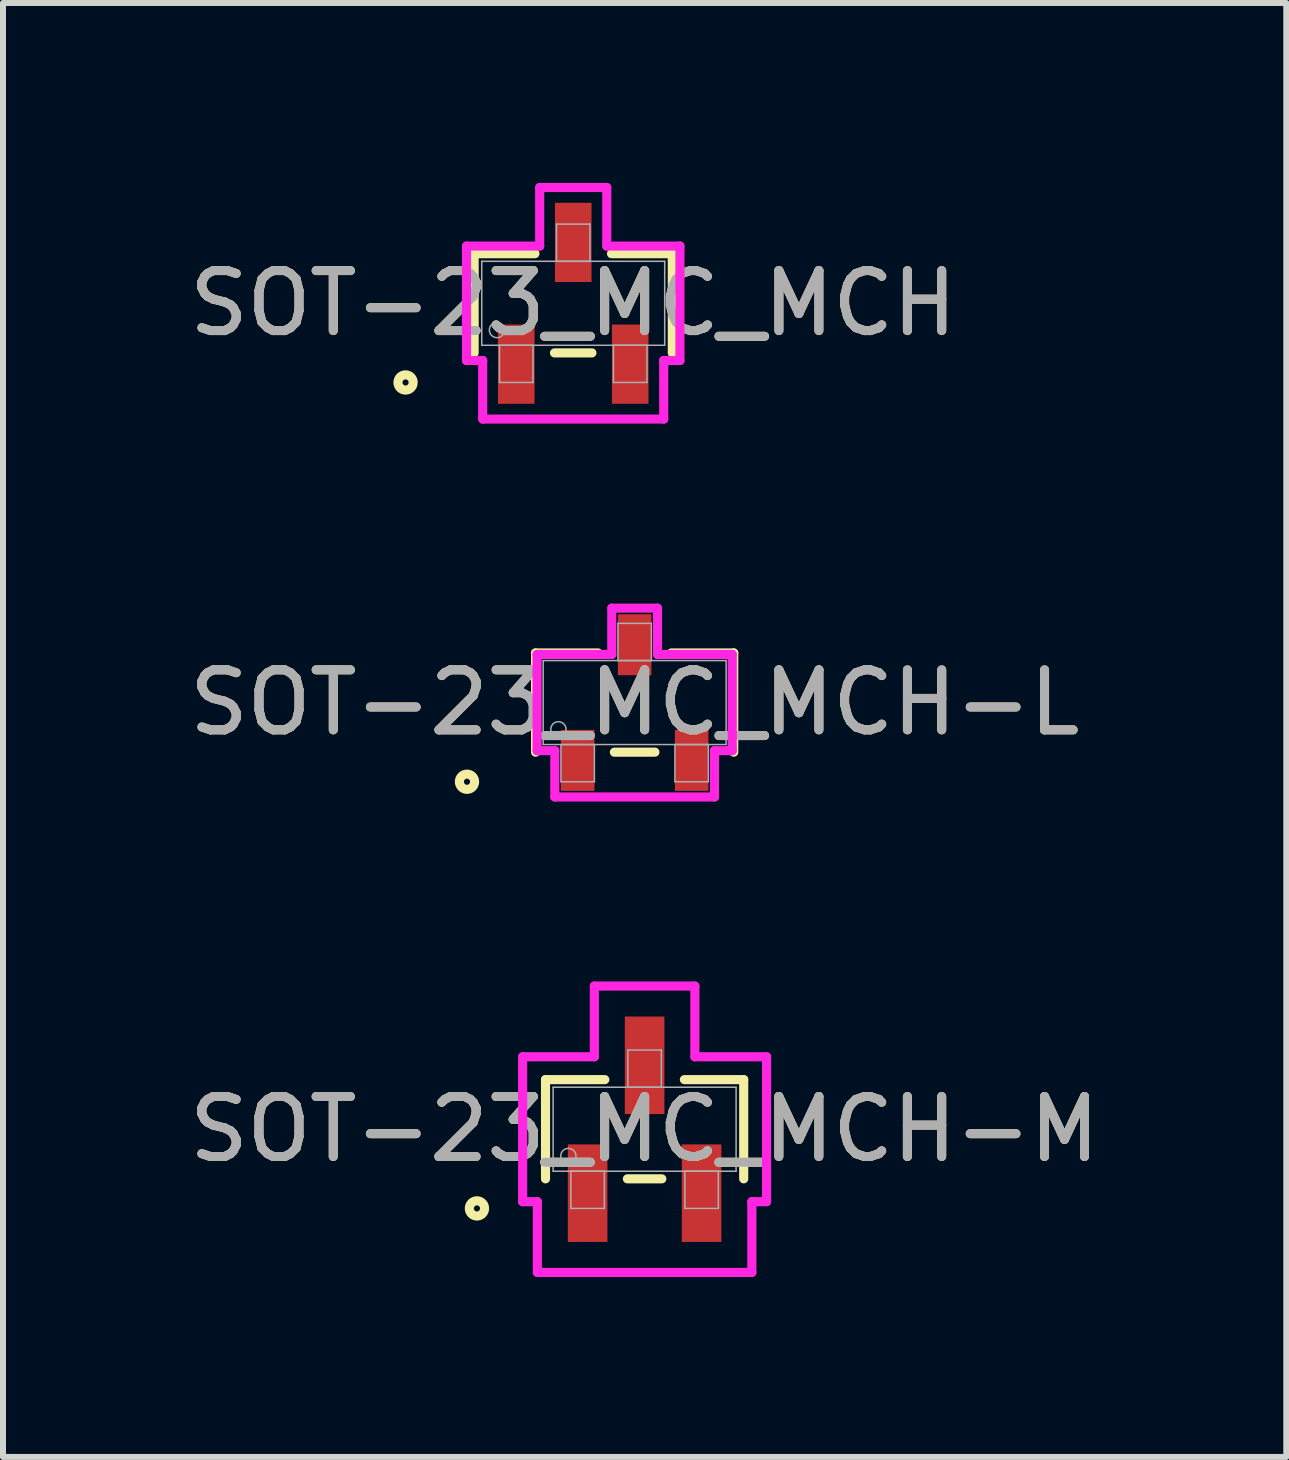
<source format=kicad_pcb>
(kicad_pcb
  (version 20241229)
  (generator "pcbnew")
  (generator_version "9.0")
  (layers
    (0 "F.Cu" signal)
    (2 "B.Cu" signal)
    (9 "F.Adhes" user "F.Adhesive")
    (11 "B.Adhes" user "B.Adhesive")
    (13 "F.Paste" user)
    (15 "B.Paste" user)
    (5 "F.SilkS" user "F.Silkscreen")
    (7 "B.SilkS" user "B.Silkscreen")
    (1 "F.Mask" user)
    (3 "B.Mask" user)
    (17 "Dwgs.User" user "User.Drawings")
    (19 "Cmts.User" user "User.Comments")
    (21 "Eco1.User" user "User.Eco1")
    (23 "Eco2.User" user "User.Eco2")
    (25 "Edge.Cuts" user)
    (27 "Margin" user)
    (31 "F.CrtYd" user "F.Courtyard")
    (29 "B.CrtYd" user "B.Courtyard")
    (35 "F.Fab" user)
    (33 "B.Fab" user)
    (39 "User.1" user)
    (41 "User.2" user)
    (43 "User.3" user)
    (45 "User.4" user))
  (footprint "SOT-23_MC_MCH-L"
    (layer "F.Cu")
    (at 7.53 8.662)
    (property "Reference" "SOT-23_MC_MCH-L" (at 0 0 0) (unlocked yes) (layer "F.SilkS") (effects (font (size 1 1) (thickness 0.15))))
    (attr smd)
    (fp_line (start -1.652 -0.827) (end -1.652 0.827) (stroke (width 0.152) (type solid)) (layer "F.SilkS"))
    (fp_line (start -0.612 -0.827) (end -1.652 -0.827) (stroke (width 0.152) (type solid)) (layer "F.SilkS"))
    (fp_line (start -0.338 0.827) (end 0.338 0.827) (stroke (width 0.152) (type solid)) (layer "F.SilkS"))
    (fp_line (start 1.652 -0.827) (end 0.612 -0.827) (stroke (width 0.152) (type solid)) (layer "F.SilkS"))
    (fp_line (start 1.652 0.827) (end 1.652 -0.827) (stroke (width 0.152) (type solid)) (layer "F.SilkS"))
    (fp_circle (center -2.795 1.32) (end -2.668 1.32) (stroke (width 0.152) (type solid)) (fill no) (layer "F.SilkS"))
    (fp_line (start -1.627 -0.802) (end -0.381 -0.802) (stroke (width 0.152) (type solid)) (layer "F.CrtYd"))
    (fp_line (start -1.627 0.802) (end -1.627 -0.802) (stroke (width 0.152) (type solid)) (layer "F.CrtYd"))
    (fp_line (start -1.627 0.802) (end -1.331 0.802) (stroke (width 0.152) (type solid)) (layer "F.CrtYd"))
    (fp_line (start -1.331 0.802) (end -1.331 1.574) (stroke (width 0.152) (type solid)) (layer "F.CrtYd"))
    (fp_line (start -1.331 1.574) (end 1.331 1.574) (stroke (width 0.152) (type solid)) (layer "F.CrtYd"))
    (fp_line (start -0.381 -1.574) (end 0.381 -1.574) (stroke (width 0.152) (type solid)) (layer "F.CrtYd"))
    (fp_line (start -0.381 -0.802) (end -0.381 -1.574) (stroke (width 0.152) (type solid)) (layer "F.CrtYd"))
    (fp_line (start 0.381 -0.802) (end 0.381 -1.574) (stroke (width 0.152) (type solid)) (layer "F.CrtYd"))
    (fp_line (start 1.331 0.802) (end 1.331 1.574) (stroke (width 0.152) (type solid)) (layer "F.CrtYd"))
    (fp_line (start 1.627 -0.802) (end 0.381 -0.802) (stroke (width 0.152) (type solid)) (layer "F.CrtYd"))
    (fp_line (start 1.627 -0.802) (end 1.627 0.802) (stroke (width 0.152) (type solid)) (layer "F.CrtYd"))
    (fp_line (start 1.627 0.802) (end 1.331 0.802) (stroke (width 0.152) (type solid)) (layer "F.CrtYd"))
    (fp_line (start -1.525 -0.7) (end -1.525 0.7) (stroke (width 0.025) (type solid)) (layer "F.Fab"))
    (fp_line (start -1.525 0.7) (end 1.525 0.7) (stroke (width 0.025) (type solid)) (layer "F.Fab"))
    (fp_line (start -1.229 0.7) (end -1.229 1.32) (stroke (width 0.025) (type solid)) (layer "F.Fab"))
    (fp_line (start -1.229 1.32) (end -0.671 1.32) (stroke (width 0.025) (type solid)) (layer "F.Fab"))
    (fp_line (start -0.671 0.7) (end -1.229 0.7) (stroke (width 0.025) (type solid)) (layer "F.Fab"))
    (fp_line (start -0.671 1.32) (end -0.671 0.7) (stroke (width 0.025) (type solid)) (layer "F.Fab"))
    (fp_line (start -0.279 -1.32) (end -0.279 -0.7) (stroke (width 0.025) (type solid)) (layer "F.Fab"))
    (fp_line (start -0.279 -0.7) (end 0.279 -0.7) (stroke (width 0.025) (type solid)) (layer "F.Fab"))
    (fp_line (start 0.279 -1.32) (end -0.279 -1.32) (stroke (width 0.025) (type solid)) (layer "F.Fab"))
    (fp_line (start 0.279 -0.7) (end 0.279 -1.32) (stroke (width 0.025) (type solid)) (layer "F.Fab"))
    (fp_line (start 0.671 0.7) (end 0.671 1.32) (stroke (width 0.025) (type solid)) (layer "F.Fab"))
    (fp_line (start 0.671 1.32) (end 1.229 1.32) (stroke (width 0.025) (type solid)) (layer "F.Fab"))
    (fp_line (start 1.229 0.7) (end 0.671 0.7) (stroke (width 0.025) (type solid)) (layer "F.Fab"))
    (fp_line (start 1.229 1.32) (end 1.229 0.7) (stroke (width 0.025) (type solid)) (layer "F.Fab"))
    (fp_line (start 1.525 -0.7) (end -1.525 -0.7) (stroke (width 0.025) (type solid)) (layer "F.Fab"))
    (fp_line (start 1.525 0.7) (end 1.525 -0.7) (stroke (width 0.025) (type solid)) (layer "F.Fab"))
    (fp_circle (center -1.271 0.446) (end -1.144 0.446) (stroke (width 0.025) (type solid)) (fill no) (layer "F.Fab"))
    (fp_text user "${REFERENCE}" (at 0 0 0) (unlocked yes) (layer "F.Fab") (effects (font (size 1 1) (thickness 0.15))))
    (pad "1" smd rect (at -0.95 0.964) (size 0.559 1.016) (layers "F.Cu" "F.Mask" "F.Paste"))
    (pad "2" smd rect (at 0.95 0.964) (size 0.559 1.016) (layers "F.Cu" "F.Mask" "F.Paste"))
    (pad "3" smd rect (at 0 -0.964) (size 0.559 1.016) (layers "F.Cu" "F.Mask" "F.Paste")))
  (footprint "SOT-23_MC_MCH-M"
    (layer "F.Cu")
    (at 7.696 15.775)
    (property "Reference" "SOT-23_MC_MCH-M" (at 0 0 0) (unlocked yes) (layer "F.SilkS") (effects (font (size 1 1) (thickness 0.15))))
    (attr smd)
    (fp_line (start -1.652 -0.827) (end -1.652 0.827) (stroke (width 0.152) (type solid)) (layer "F.SilkS"))
    (fp_line (start -0.663 -0.827) (end -1.652 -0.827) (stroke (width 0.152) (type solid)) (layer "F.SilkS"))
    (fp_line (start -0.287 0.827) (end 0.287 0.827) (stroke (width 0.152) (type solid)) (layer "F.SilkS"))
    (fp_line (start 1.652 -0.827) (end 0.663 -0.827) (stroke (width 0.152) (type solid)) (layer "F.SilkS"))
    (fp_line (start 1.652 0.827) (end 1.652 -0.827) (stroke (width 0.152) (type solid)) (layer "F.SilkS"))
    (fp_circle (center -2.795 1.32) (end -2.668 1.32) (stroke (width 0.152) (type solid)) (fill no) (layer "F.SilkS"))
    (fp_line (start -2.033 -1.208) (end -0.838 -1.208) (stroke (width 0.152) (type solid)) (layer "F.CrtYd"))
    (fp_line (start -2.033 1.208) (end -2.033 -1.208) (stroke (width 0.152) (type solid)) (layer "F.CrtYd"))
    (fp_line (start -2.033 1.208) (end -1.788 1.208) (stroke (width 0.152) (type solid)) (layer "F.CrtYd"))
    (fp_line (start -1.788 1.208) (end -1.788 2.387) (stroke (width 0.152) (type solid)) (layer "F.CrtYd"))
    (fp_line (start -1.788 2.387) (end 1.788 2.387) (stroke (width 0.152) (type solid)) (layer "F.CrtYd"))
    (fp_line (start -0.838 -2.387) (end 0.838 -2.387) (stroke (width 0.152) (type solid)) (layer "F.CrtYd"))
    (fp_line (start -0.838 -1.208) (end -0.838 -2.387) (stroke (width 0.152) (type solid)) (layer "F.CrtYd"))
    (fp_line (start 0.838 -1.208) (end 0.838 -2.387) (stroke (width 0.152) (type solid)) (layer "F.CrtYd"))
    (fp_line (start 1.788 1.208) (end 1.788 2.387) (stroke (width 0.152) (type solid)) (layer "F.CrtYd"))
    (fp_line (start 2.033 -1.208) (end 0.838 -1.208) (stroke (width 0.152) (type solid)) (layer "F.CrtYd"))
    (fp_line (start 2.033 -1.208) (end 2.033 1.208) (stroke (width 0.152) (type solid)) (layer "F.CrtYd"))
    (fp_line (start 2.033 1.208) (end 1.788 1.208) (stroke (width 0.152) (type solid)) (layer "F.CrtYd"))
    (fp_line (start -1.525 -0.7) (end -1.525 0.7) (stroke (width 0.025) (type solid)) (layer "F.Fab"))
    (fp_line (start -1.525 0.7) (end 1.525 0.7) (stroke (width 0.025) (type solid)) (layer "F.Fab"))
    (fp_line (start -1.229 0.7) (end -1.229 1.32) (stroke (width 0.025) (type solid)) (layer "F.Fab"))
    (fp_line (start -1.229 1.32) (end -0.671 1.32) (stroke (width 0.025) (type solid)) (layer "F.Fab"))
    (fp_line (start -0.671 0.7) (end -1.229 0.7) (stroke (width 0.025) (type solid)) (layer "F.Fab"))
    (fp_line (start -0.671 1.32) (end -0.671 0.7) (stroke (width 0.025) (type solid)) (layer "F.Fab"))
    (fp_line (start -0.279 -1.32) (end -0.279 -0.7) (stroke (width 0.025) (type solid)) (layer "F.Fab"))
    (fp_line (start -0.279 -0.7) (end 0.279 -0.7) (stroke (width 0.025) (type solid)) (layer "F.Fab"))
    (fp_line (start 0.279 -1.32) (end -0.279 -1.32) (stroke (width 0.025) (type solid)) (layer "F.Fab"))
    (fp_line (start 0.279 -0.7) (end 0.279 -1.32) (stroke (width 0.025) (type solid)) (layer "F.Fab"))
    (fp_line (start 0.671 0.7) (end 0.671 1.32) (stroke (width 0.025) (type solid)) (layer "F.Fab"))
    (fp_line (start 0.671 1.32) (end 1.229 1.32) (stroke (width 0.025) (type solid)) (layer "F.Fab"))
    (fp_line (start 1.229 0.7) (end 0.671 0.7) (stroke (width 0.025) (type solid)) (layer "F.Fab"))
    (fp_line (start 1.229 1.32) (end 1.229 0.7) (stroke (width 0.025) (type solid)) (layer "F.Fab"))
    (fp_line (start 1.525 -0.7) (end -1.525 -0.7) (stroke (width 0.025) (type solid)) (layer "F.Fab"))
    (fp_line (start 1.525 0.7) (end 1.525 -0.7) (stroke (width 0.025) (type solid)) (layer "F.Fab"))
    (fp_circle (center -1.271 0.446) (end -1.144 0.446) (stroke (width 0.025) (type solid)) (fill no) (layer "F.Fab"))
    (fp_text user "${REFERENCE}" (at 0 0 0) (unlocked yes) (layer "F.Fab") (effects (font (size 1 1) (thickness 0.15))))
    (pad "1" smd rect (at -0.95 1.066) (size 0.66 1.626) (layers "F.Cu" "F.Mask" "F.Paste"))
    (pad "2" smd rect (at 0.95 1.066) (size 0.66 1.626) (layers "F.Cu" "F.Mask" "F.Paste"))
    (pad "3" smd rect (at 0 -1.066) (size 0.66 1.626) (layers "F.Cu" "F.Mask" "F.Paste")))
  (footprint "SOT-23_MC_MCH"
    (layer "F.Cu")
    (at 6.506 2.006)
    (property "Reference" "SOT-23_MC_MCH" (at 0 0 0) (unlocked yes) (layer "F.SilkS") (effects (font (size 1 1) (thickness 0.15))))
    (attr smd)
    (fp_line (start -1.652 -0.827) (end -1.652 0.827) (stroke (width 0.152) (type solid)) (layer "F.SilkS"))
    (fp_line (start -0.638 -0.827) (end -1.652 -0.827) (stroke (width 0.152) (type solid)) (layer "F.SilkS"))
    (fp_line (start -0.312 0.827) (end 0.312 0.827) (stroke (width 0.152) (type solid)) (layer "F.SilkS"))
    (fp_line (start 1.652 -0.827) (end 0.638 -0.827) (stroke (width 0.152) (type solid)) (layer "F.SilkS"))
    (fp_line (start 1.652 0.827) (end 1.652 -0.827) (stroke (width 0.152) (type solid)) (layer "F.SilkS"))
    (fp_circle (center -2.795 1.32) (end -2.668 1.32) (stroke (width 0.152) (type solid)) (fill no) (layer "F.SilkS"))
    (fp_line (start -1.779 -0.954) (end -0.559 -0.954) (stroke (width 0.152) (type solid)) (layer "F.CrtYd"))
    (fp_line (start -1.779 0.954) (end -1.779 -0.954) (stroke (width 0.152) (type solid)) (layer "F.CrtYd"))
    (fp_line (start -1.779 0.954) (end -1.509 0.954) (stroke (width 0.152) (type solid)) (layer "F.CrtYd"))
    (fp_line (start -1.509 0.954) (end -1.509 1.93) (stroke (width 0.152) (type solid)) (layer "F.CrtYd"))
    (fp_line (start -1.509 1.93) (end 1.509 1.93) (stroke (width 0.152) (type solid)) (layer "F.CrtYd"))
    (fp_line (start -0.559 -1.93) (end 0.559 -1.93) (stroke (width 0.152) (type solid)) (layer "F.CrtYd"))
    (fp_line (start -0.559 -0.954) (end -0.559 -1.93) (stroke (width 0.152) (type solid)) (layer "F.CrtYd"))
    (fp_line (start 0.559 -0.954) (end 0.559 -1.93) (stroke (width 0.152) (type solid)) (layer "F.CrtYd"))
    (fp_line (start 1.509 0.954) (end 1.509 1.93) (stroke (width 0.152) (type solid)) (layer "F.CrtYd"))
    (fp_line (start 1.779 -0.954) (end 0.559 -0.954) (stroke (width 0.152) (type solid)) (layer "F.CrtYd"))
    (fp_line (start 1.779 -0.954) (end 1.779 0.954) (stroke (width 0.152) (type solid)) (layer "F.CrtYd"))
    (fp_line (start 1.779 0.954) (end 1.509 0.954) (stroke (width 0.152) (type solid)) (layer "F.CrtYd"))
    (fp_line (start -1.525 -0.7) (end -1.525 0.7) (stroke (width 0.025) (type solid)) (layer "F.Fab"))
    (fp_line (start -1.525 0.7) (end 1.525 0.7) (stroke (width 0.025) (type solid)) (layer "F.Fab"))
    (fp_line (start -1.229 0.7) (end -1.229 1.32) (stroke (width 0.025) (type solid)) (layer "F.Fab"))
    (fp_line (start -1.229 1.32) (end -0.671 1.32) (stroke (width 0.025) (type solid)) (layer "F.Fab"))
    (fp_line (start -0.671 0.7) (end -1.229 0.7) (stroke (width 0.025) (type solid)) (layer "F.Fab"))
    (fp_line (start -0.671 1.32) (end -0.671 0.7) (stroke (width 0.025) (type solid)) (layer "F.Fab"))
    (fp_line (start -0.279 -1.32) (end -0.279 -0.7) (stroke (width 0.025) (type solid)) (layer "F.Fab"))
    (fp_line (start -0.279 -0.7) (end 0.279 -0.7) (stroke (width 0.025) (type solid)) (layer "F.Fab"))
    (fp_line (start 0.279 -1.32) (end -0.279 -1.32) (stroke (width 0.025) (type solid)) (layer "F.Fab"))
    (fp_line (start 0.279 -0.7) (end 0.279 -1.32) (stroke (width 0.025) (type solid)) (layer "F.Fab"))
    (fp_line (start 0.671 0.7) (end 0.671 1.32) (stroke (width 0.025) (type solid)) (layer "F.Fab"))
    (fp_line (start 0.671 1.32) (end 1.229 1.32) (stroke (width 0.025) (type solid)) (layer "F.Fab"))
    (fp_line (start 1.229 0.7) (end 0.671 0.7) (stroke (width 0.025) (type solid)) (layer "F.Fab"))
    (fp_line (start 1.229 1.32) (end 1.229 0.7) (stroke (width 0.025) (type solid)) (layer "F.Fab"))
    (fp_line (start 1.525 -0.7) (end -1.525 -0.7) (stroke (width 0.025) (type solid)) (layer "F.Fab"))
    (fp_line (start 1.525 0.7) (end 1.525 -0.7) (stroke (width 0.025) (type solid)) (layer "F.Fab"))
    (fp_circle (center -1.271 0.446) (end -1.144 0.446) (stroke (width 0.025) (type solid)) (fill no) (layer "F.Fab"))
    (fp_text user "${REFERENCE}" (at 0 0 0) (unlocked yes) (layer "F.Fab") (effects (font (size 1 1) (thickness 0.15))))
    (pad "1" smd rect (at -0.95 1.015) (size 0.61 1.321) (layers "F.Cu" "F.Mask" "F.Paste"))
    (pad "2" smd rect (at 0.95 1.015) (size 0.61 1.321) (layers "F.Cu" "F.Mask" "F.Paste"))
    (pad "3" smd rect (at 0 -1.015) (size 0.61 1.321) (layers "F.Cu" "F.Mask" "F.Paste")))
  (gr_rect
    (start -3 -3)
    (end 18.393 21.238)
    (stroke (width 0.1) (type default))
    (fill no)
    (layer "Edge.Cuts")))
</source>
